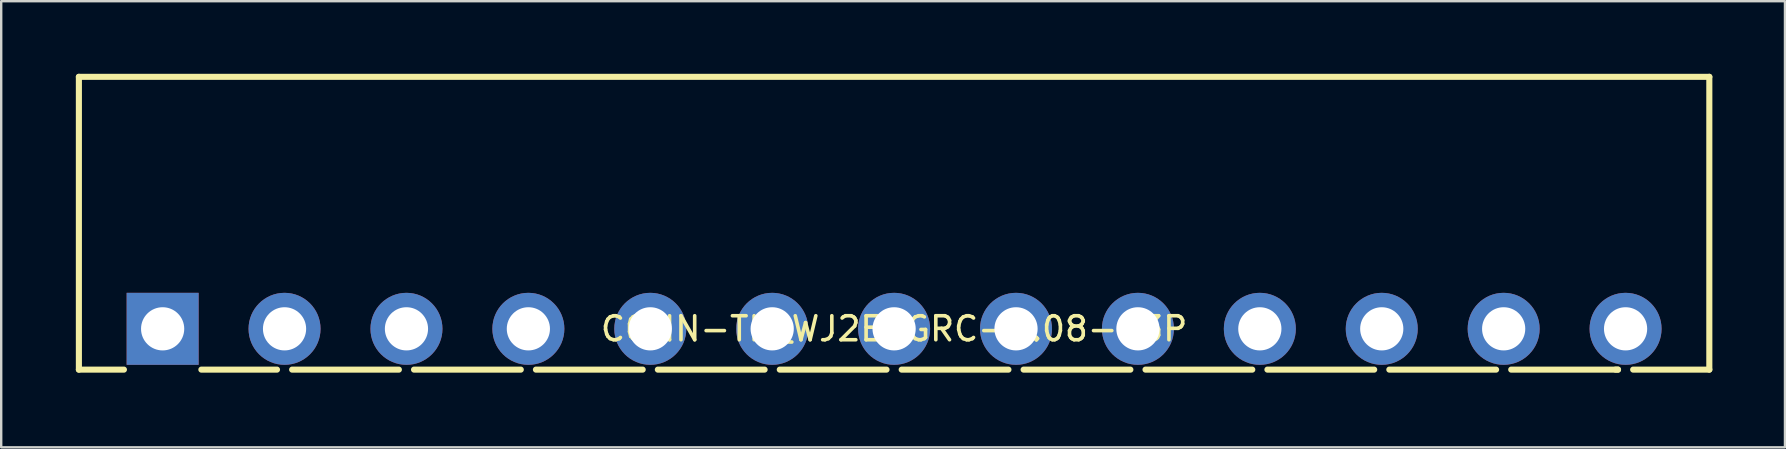
<source format=kicad_pcb>
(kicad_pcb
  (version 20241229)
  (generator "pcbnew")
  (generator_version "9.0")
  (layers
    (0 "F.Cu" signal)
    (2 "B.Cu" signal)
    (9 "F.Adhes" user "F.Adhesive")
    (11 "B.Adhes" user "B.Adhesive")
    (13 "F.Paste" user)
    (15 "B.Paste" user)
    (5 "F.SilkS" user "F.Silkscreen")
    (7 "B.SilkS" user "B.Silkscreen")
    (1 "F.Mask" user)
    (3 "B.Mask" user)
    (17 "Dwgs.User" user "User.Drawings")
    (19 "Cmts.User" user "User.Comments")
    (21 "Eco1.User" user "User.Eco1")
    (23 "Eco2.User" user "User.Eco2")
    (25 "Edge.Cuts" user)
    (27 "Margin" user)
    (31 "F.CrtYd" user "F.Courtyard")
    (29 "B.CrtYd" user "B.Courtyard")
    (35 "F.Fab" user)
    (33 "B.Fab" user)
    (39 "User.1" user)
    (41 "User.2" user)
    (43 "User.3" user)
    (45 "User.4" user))
  (footprint "CONN-TH_WJ2EDGRC-5.08-13P"
    (layer "F.Cu")
    (at 34.207 10.652)
    (property "Reference" "CONN-TH_WJ2EDGRC-5.08-13P" (at 0 0 0) (unlocked yes) (layer "F.SilkS") (effects (font (size 1 1) (thickness 0.15))))
    (fp_line (start -33.97 -10.5) (end -33.97 1.7) (stroke (width 0.254) (type default)) (layer "F.SilkS"))
    (fp_line (start -33.97 -10.5) (end 33.97 -10.5) (stroke (width 0.254) (type default)) (layer "F.SilkS"))
    (fp_line (start -33.97 1.7) (end -32.093 1.7) (stroke (width 0.254) (type default)) (layer "F.SilkS"))
    (fp_line (start -28.866 1.7) (end -25.715 1.7) (stroke (width 0.254) (type default)) (layer "F.SilkS"))
    (fp_line (start -25.084 1.7) (end -20.636 1.7) (stroke (width 0.254) (type default)) (layer "F.SilkS"))
    (fp_line (start -20.005 1.7) (end -15.556 1.7) (stroke (width 0.254) (type default)) (layer "F.SilkS"))
    (fp_line (start -14.925 1.7) (end -10.476 1.7) (stroke (width 0.254) (type default)) (layer "F.SilkS"))
    (fp_line (start -9.845 1.7) (end -5.396 1.7) (stroke (width 0.254) (type default)) (layer "F.SilkS"))
    (fp_line (start -4.764 1.7) (end -0.316 1.7) (stroke (width 0.254) (type default)) (layer "F.SilkS"))
    (fp_line (start 0.316 1.7) (end 4.764 1.7) (stroke (width 0.254) (type default)) (layer "F.SilkS"))
    (fp_line (start 5.396 1.7) (end 9.845 1.7) (stroke (width 0.254) (type default)) (layer "F.SilkS"))
    (fp_line (start 10.476 1.7) (end 14.925 1.7) (stroke (width 0.254) (type default)) (layer "F.SilkS"))
    (fp_line (start 15.556 1.7) (end 20.005 1.7) (stroke (width 0.254) (type default)) (layer "F.SilkS"))
    (fp_line (start 20.636 1.7) (end 25.084 1.7) (stroke (width 0.254) (type default)) (layer "F.SilkS"))
    (fp_line (start 25.715 1.7) (end 30.165 1.7) (stroke (width 0.254) (type default)) (layer "F.SilkS"))
    (fp_line (start 30.165 1.7) (end 30.063 1.7) (stroke (width 0.254) (type default)) (layer "F.SilkS"))
    (fp_line (start 33.97 -10.5) (end 33.97 1.7) (stroke (width 0.254) (type default)) (layer "F.SilkS"))
    (fp_line (start 33.97 1.7) (end 30.796 1.7) (stroke (width 0.254) (type default)) (layer "F.SilkS"))
    (fp_poly (pts (xy -29.68 0) (xy -29.7 -0.178) (xy -29.759 -0.347) (xy -29.855 -0.499) (xy -29.981 -0.625) (xy -30.133 -0.721) (xy -30.302 -0.78) (xy -30.48 -0.8) (xy -30.658 -0.78) (xy -30.827 -0.721) (xy -30.979 -0.625) (xy -31.105 -0.499) (xy -31.201 -0.347) (xy -31.26 -0.178) (xy -31.28 0) (xy -31.26 0.178) (xy -31.201 0.347) (xy -31.105 0.499) (xy -30.979 0.625) (xy -30.827 0.721) (xy -30.658 0.78) (xy -30.48 0.8) (xy -30.302 0.78) (xy -30.133 0.721) (xy -29.981 0.625) (xy -29.855 0.499) (xy -29.759 0.347) (xy -29.7 0.178)) (stroke (width 0.1) (type default)) (fill no) (layer "User.1"))
    (fp_poly (pts (xy -24.6 0) (xy -24.62 -0.178) (xy -24.679 -0.347) (xy -24.775 -0.499) (xy -24.901 -0.625) (xy -25.053 -0.721) (xy -25.222 -0.78) (xy -25.4 -0.8) (xy -25.578 -0.78) (xy -25.747 -0.721) (xy -25.899 -0.625) (xy -26.025 -0.499) (xy -26.121 -0.347) (xy -26.18 -0.178) (xy -26.2 0) (xy -26.18 0.178) (xy -26.121 0.347) (xy -26.025 0.499) (xy -25.899 0.625) (xy -25.747 0.721) (xy -25.578 0.78) (xy -25.4 0.8) (xy -25.222 0.78) (xy -25.053 0.721) (xy -24.901 0.625) (xy -24.775 0.499) (xy -24.679 0.347) (xy -24.62 0.178)) (stroke (width 0.1) (type default)) (fill no) (layer "User.1"))
    (fp_poly (pts (xy -19.52 0) (xy -19.54 -0.178) (xy -19.599 -0.347) (xy -19.695 -0.499) (xy -19.821 -0.625) (xy -19.973 -0.721) (xy -20.142 -0.78) (xy -20.32 -0.8) (xy -20.498 -0.78) (xy -20.667 -0.721) (xy -20.819 -0.625) (xy -20.945 -0.499) (xy -21.041 -0.347) (xy -21.1 -0.178) (xy -21.12 0) (xy -21.1 0.178) (xy -21.041 0.347) (xy -20.945 0.499) (xy -20.819 0.625) (xy -20.667 0.721) (xy -20.498 0.78) (xy -20.32 0.8) (xy -20.142 0.78) (xy -19.973 0.721) (xy -19.821 0.625) (xy -19.695 0.499) (xy -19.599 0.347) (xy -19.54 0.178)) (stroke (width 0.1) (type default)) (fill no) (layer "User.1"))
    (fp_poly (pts (xy -14.44 0) (xy -14.46 -0.178) (xy -14.519 -0.347) (xy -14.615 -0.499) (xy -14.741 -0.625) (xy -14.893 -0.721) (xy -15.062 -0.78) (xy -15.24 -0.8) (xy -15.418 -0.78) (xy -15.587 -0.721) (xy -15.739 -0.625) (xy -15.865 -0.499) (xy -15.961 -0.347) (xy -16.02 -0.178) (xy -16.04 0) (xy -16.02 0.178) (xy -15.961 0.347) (xy -15.865 0.499) (xy -15.739 0.625) (xy -15.587 0.721) (xy -15.418 0.78) (xy -15.24 0.8) (xy -15.062 0.78) (xy -14.893 0.721) (xy -14.741 0.625) (xy -14.615 0.499) (xy -14.519 0.347) (xy -14.46 0.178)) (stroke (width 0.1) (type default)) (fill no) (layer "User.1"))
    (fp_poly (pts (xy -9.36 0) (xy -9.38 -0.178) (xy -9.439 -0.347) (xy -9.535 -0.499) (xy -9.661 -0.625) (xy -9.813 -0.721) (xy -9.982 -0.78) (xy -10.16 -0.8) (xy -10.338 -0.78) (xy -10.507 -0.721) (xy -10.659 -0.625) (xy -10.785 -0.499) (xy -10.881 -0.347) (xy -10.94 -0.178) (xy -10.96 0) (xy -10.94 0.178) (xy -10.881 0.347) (xy -10.785 0.499) (xy -10.659 0.625) (xy -10.507 0.721) (xy -10.338 0.78) (xy -10.16 0.8) (xy -9.982 0.78) (xy -9.813 0.721) (xy -9.661 0.625) (xy -9.535 0.499) (xy -9.439 0.347) (xy -9.38 0.178)) (stroke (width 0.1) (type default)) (fill no) (layer "User.1"))
    (fp_poly (pts (xy -4.28 0) (xy -4.3 -0.178) (xy -4.359 -0.347) (xy -4.455 -0.499) (xy -4.581 -0.625) (xy -4.733 -0.721) (xy -4.902 -0.78) (xy -5.08 -0.8) (xy -5.258 -0.78) (xy -5.427 -0.721) (xy -5.579 -0.625) (xy -5.705 -0.499) (xy -5.801 -0.347) (xy -5.86 -0.178) (xy -5.88 0) (xy -5.86 0.178) (xy -5.801 0.347) (xy -5.705 0.499) (xy -5.579 0.625) (xy -5.427 0.721) (xy -5.258 0.78) (xy -5.08 0.8) (xy -4.902 0.78) (xy -4.733 0.721) (xy -4.581 0.625) (xy -4.455 0.499) (xy -4.359 0.347) (xy -4.3 0.178)) (stroke (width 0.1) (type default)) (fill no) (layer "User.1"))
    (fp_poly (pts (xy 0.8 0) (xy 0.78 -0.178) (xy 0.721 -0.347) (xy 0.625 -0.499) (xy 0.499 -0.625) (xy 0.347 -0.721) (xy 0.178 -0.78) (xy 0 -0.8) (xy -0.178 -0.78) (xy -0.347 -0.721) (xy -0.499 -0.625) (xy -0.625 -0.499) (xy -0.721 -0.347) (xy -0.78 -0.178) (xy -0.8 0) (xy -0.78 0.178) (xy -0.721 0.347) (xy -0.625 0.499) (xy -0.499 0.625) (xy -0.347 0.721) (xy -0.178 0.78) (xy 0 0.8) (xy 0.178 0.78) (xy 0.347 0.721) (xy 0.499 0.625) (xy 0.625 0.499) (xy 0.721 0.347) (xy 0.78 0.178)) (stroke (width 0.1) (type default)) (fill no) (layer "User.1"))
    (fp_poly (pts (xy 5.88 0) (xy 5.86 -0.178) (xy 5.801 -0.347) (xy 5.705 -0.499) (xy 5.579 -0.625) (xy 5.427 -0.721) (xy 5.258 -0.78) (xy 5.08 -0.8) (xy 4.902 -0.78) (xy 4.733 -0.721) (xy 4.581 -0.625) (xy 4.455 -0.499) (xy 4.359 -0.347) (xy 4.3 -0.178) (xy 4.28 0) (xy 4.3 0.178) (xy 4.359 0.347) (xy 4.455 0.499) (xy 4.581 0.625) (xy 4.733 0.721) (xy 4.902 0.78) (xy 5.08 0.8) (xy 5.258 0.78) (xy 5.427 0.721) (xy 5.579 0.625) (xy 5.705 0.499) (xy 5.801 0.347) (xy 5.86 0.178)) (stroke (width 0.1) (type default)) (fill no) (layer "User.1"))
    (fp_poly (pts (xy 10.96 0) (xy 10.94 -0.178) (xy 10.881 -0.347) (xy 10.785 -0.499) (xy 10.659 -0.625) (xy 10.507 -0.721) (xy 10.338 -0.78) (xy 10.16 -0.8) (xy 9.982 -0.78) (xy 9.813 -0.721) (xy 9.661 -0.625) (xy 9.535 -0.499) (xy 9.439 -0.347) (xy 9.38 -0.178) (xy 9.36 0) (xy 9.38 0.178) (xy 9.439 0.347) (xy 9.535 0.499) (xy 9.661 0.625) (xy 9.813 0.721) (xy 9.982 0.78) (xy 10.16 0.8) (xy 10.338 0.78) (xy 10.507 0.721) (xy 10.659 0.625) (xy 10.785 0.499) (xy 10.881 0.347) (xy 10.94 0.178)) (stroke (width 0.1) (type default)) (fill no) (layer "User.1"))
    (fp_poly (pts (xy 16.04 0) (xy 16.02 -0.178) (xy 15.961 -0.347) (xy 15.865 -0.499) (xy 15.739 -0.625) (xy 15.587 -0.721) (xy 15.418 -0.78) (xy 15.24 -0.8) (xy 15.062 -0.78) (xy 14.893 -0.721) (xy 14.741 -0.625) (xy 14.615 -0.499) (xy 14.519 -0.347) (xy 14.46 -0.178) (xy 14.44 0) (xy 14.46 0.178) (xy 14.519 0.347) (xy 14.615 0.499) (xy 14.741 0.625) (xy 14.893 0.721) (xy 15.062 0.78) (xy 15.24 0.8) (xy 15.418 0.78) (xy 15.587 0.721) (xy 15.739 0.625) (xy 15.865 0.499) (xy 15.961 0.347) (xy 16.02 0.178)) (stroke (width 0.1) (type default)) (fill no) (layer "User.1"))
    (fp_poly (pts (xy 21.12 0) (xy 21.1 -0.178) (xy 21.041 -0.347) (xy 20.945 -0.499) (xy 20.819 -0.625) (xy 20.667 -0.721) (xy 20.498 -0.78) (xy 20.32 -0.8) (xy 20.142 -0.78) (xy 19.973 -0.721) (xy 19.821 -0.625) (xy 19.695 -0.499) (xy 19.599 -0.347) (xy 19.54 -0.178) (xy 19.52 0) (xy 19.54 0.178) (xy 19.599 0.347) (xy 19.695 0.499) (xy 19.821 0.625) (xy 19.973 0.721) (xy 20.142 0.78) (xy 20.32 0.8) (xy 20.498 0.78) (xy 20.667 0.721) (xy 20.819 0.625) (xy 20.945 0.499) (xy 21.041 0.347) (xy 21.1 0.178)) (stroke (width 0.1) (type default)) (fill no) (layer "User.1"))
    (fp_poly (pts (xy 26.2 0) (xy 26.18 -0.178) (xy 26.121 -0.347) (xy 26.025 -0.499) (xy 25.899 -0.625) (xy 25.747 -0.721) (xy 25.578 -0.78) (xy 25.4 -0.8) (xy 25.222 -0.78) (xy 25.053 -0.721) (xy 24.901 -0.625) (xy 24.775 -0.499) (xy 24.679 -0.347) (xy 24.62 -0.178) (xy 24.6 0) (xy 24.62 0.178) (xy 24.679 0.347) (xy 24.775 0.499) (xy 24.901 0.625) (xy 25.053 0.721) (xy 25.222 0.78) (xy 25.4 0.8) (xy 25.578 0.78) (xy 25.747 0.721) (xy 25.899 0.625) (xy 26.025 0.499) (xy 26.121 0.347) (xy 26.18 0.178)) (stroke (width 0.1) (type default)) (fill no) (layer "User.1"))
    (fp_poly (pts (xy 31.28 0) (xy 31.26 -0.178) (xy 31.201 -0.347) (xy 31.105 -0.499) (xy 30.979 -0.625) (xy 30.827 -0.721) (xy 30.658 -0.78) (xy 30.48 -0.8) (xy 30.302 -0.78) (xy 30.133 -0.721) (xy 29.981 -0.625) (xy 29.855 -0.499) (xy 29.759 -0.347) (xy 29.7 -0.178) (xy 29.68 0) (xy 29.7 0.178) (xy 29.759 0.347) (xy 29.855 0.499) (xy 29.981 0.625) (xy 30.133 0.721) (xy 30.302 0.78) (xy 30.48 0.8) (xy 30.658 0.78) (xy 30.827 0.721) (xy 30.979 0.625) (xy 31.105 0.499) (xy 31.201 0.347) (xy 31.26 0.178)) (stroke (width 0.1) (type default)) (fill no) (layer "User.1"))
    (fp_line (start -34.097 -10.627) (end 34.097 -10.627) (stroke (width 0.051) (type default)) (layer "User.2"))
    (fp_line (start -34.097 1.827) (end -34.097 -10.627) (stroke (width 0.051) (type default)) (layer "User.2"))
    (fp_line (start 34.097 -10.627) (end 34.097 1.827) (stroke (width 0.051) (type default)) (layer "User.2"))
    (fp_line (start 34.097 1.827) (end -34.097 1.827) (stroke (width 0.051) (type default)) (layer "User.2"))
    (fp_poly (pts (xy -34.037 1.827) (xy -34.055 1.785) (xy -34.097 1.767) (xy -34.139 1.785) (xy -34.157 1.827) (xy -34.139 1.869) (xy -34.097 1.887) (xy -34.055 1.869)) (stroke (width 0.1) (type default)) (fill no) (layer "User.3"))
    (pad "1" thru_hole rect (at -30.48 0) (size 3 3) (drill 1.8) (layers "*.Cu" "*.Mask"))
    (pad "2" thru_hole circle (at -25.4 0) (size 3 3) (drill 1.8) (layers "*.Cu" "*.Mask"))
    (pad "3" thru_hole circle (at -20.32 0) (size 3 3) (drill 1.8) (layers "*.Cu" "*.Mask"))
    (pad "4" thru_hole circle (at -15.24 0) (size 3 3) (drill 1.8) (layers "*.Cu" "*.Mask"))
    (pad "5" thru_hole circle (at -10.16 0) (size 3 3) (drill 1.8) (layers "*.Cu" "*.Mask"))
    (pad "6" thru_hole circle (at -5.08 0) (size 3 3) (drill 1.8) (layers "*.Cu" "*.Mask"))
    (pad "7" thru_hole circle (at 0 0) (size 3 3) (drill 1.8) (layers "*.Cu" "*.Mask"))
    (pad "8" thru_hole circle (at 5.08 0) (size 3 3) (drill 1.8) (layers "*.Cu" "*.Mask"))
    (pad "9" thru_hole circle (at 10.16 0) (size 3 3) (drill 1.8) (layers "*.Cu" "*.Mask"))
    (pad "10" thru_hole circle (at 15.24 0) (size 3 3) (drill 1.8) (layers "*.Cu" "*.Mask"))
    (pad "11" thru_hole circle (at 20.32 0) (size 3 3) (drill 1.8) (layers "*.Cu" "*.Mask"))
    (pad "12" thru_hole circle (at 25.4 0) (size 3 3) (drill 1.8) (layers "*.Cu" "*.Mask"))
    (pad "13" thru_hole circle (at 30.48 0) (size 3 3) (drill 1.8) (layers "*.Cu" "*.Mask")))
  (gr_rect
    (start -3 -3)
    (end 71.329 15.589)
    (stroke (width 0.1) (type default))
    (fill no)
    (layer "Edge.Cuts")))
</source>
